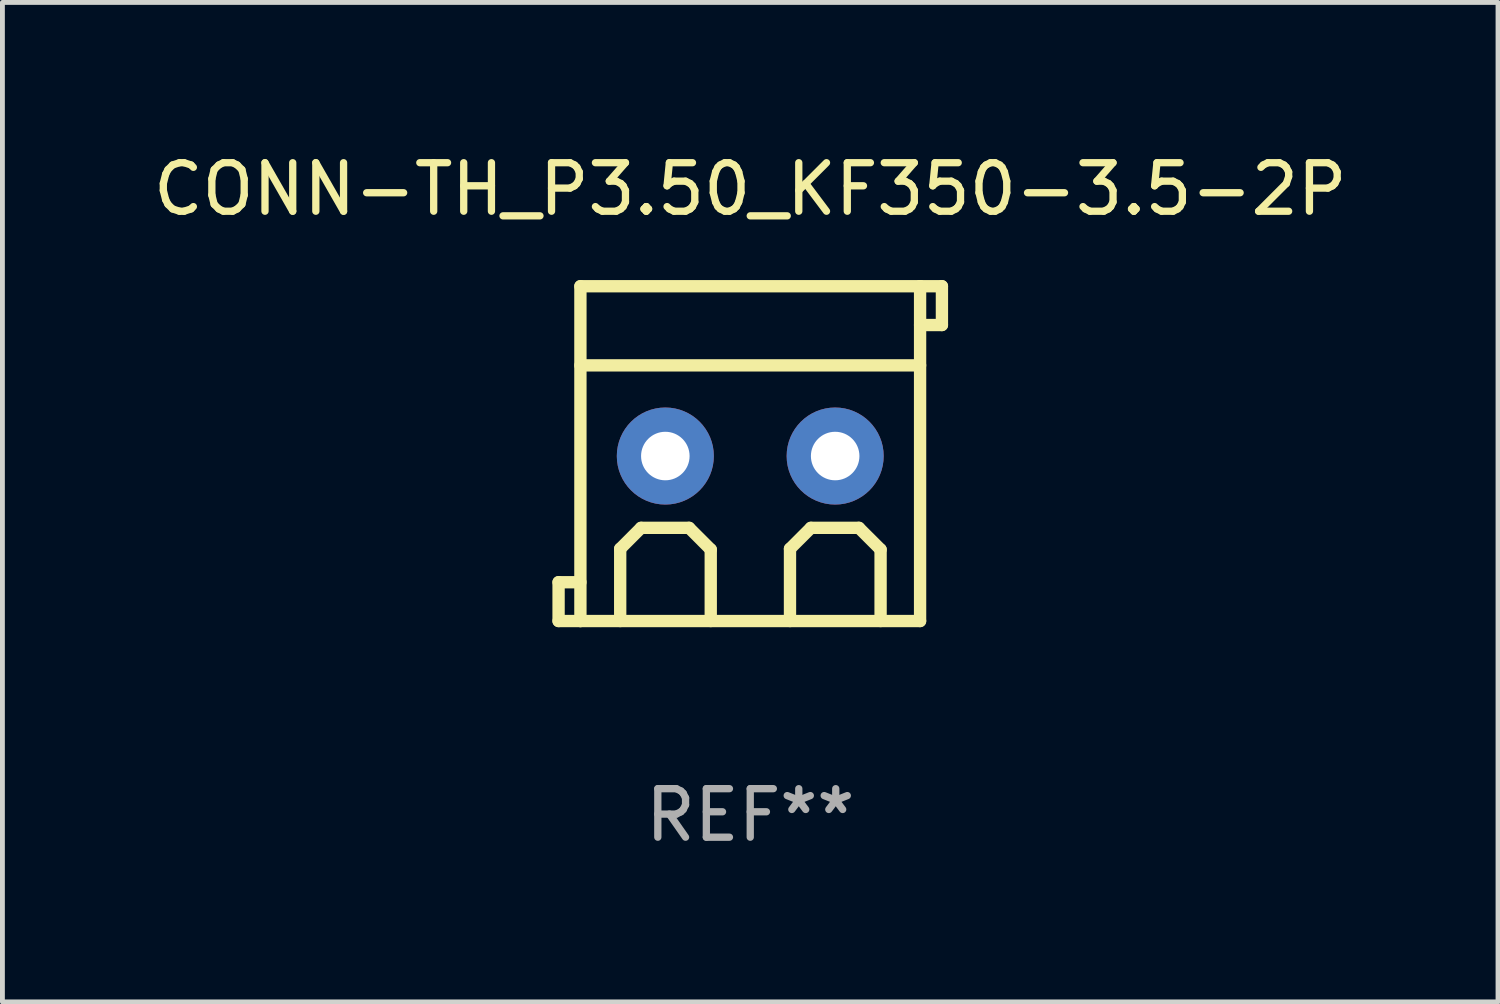
<source format=kicad_pcb>
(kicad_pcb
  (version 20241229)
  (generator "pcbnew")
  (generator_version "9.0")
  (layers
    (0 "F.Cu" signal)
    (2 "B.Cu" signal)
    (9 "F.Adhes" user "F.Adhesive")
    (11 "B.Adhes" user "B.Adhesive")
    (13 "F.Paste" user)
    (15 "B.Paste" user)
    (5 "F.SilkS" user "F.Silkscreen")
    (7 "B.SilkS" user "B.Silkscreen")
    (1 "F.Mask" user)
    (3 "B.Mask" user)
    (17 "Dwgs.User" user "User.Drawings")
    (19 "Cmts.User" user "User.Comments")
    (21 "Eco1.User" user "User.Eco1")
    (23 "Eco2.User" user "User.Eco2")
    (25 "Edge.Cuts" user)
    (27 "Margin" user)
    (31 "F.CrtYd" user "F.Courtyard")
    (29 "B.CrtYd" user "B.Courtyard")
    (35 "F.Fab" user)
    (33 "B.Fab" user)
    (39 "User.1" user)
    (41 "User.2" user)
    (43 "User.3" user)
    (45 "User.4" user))
  (footprint "CONN-TH_P3.50_KF350-3.5-2P"
    (layer "F.Cu")
    (at 12.411 6.298)
    (property "Reference" "CONN-TH_P3.50_KF350-3.5-2P" (at 0 -5.45 0) (layer "F.SilkS") (effects (font (size 1 1) (thickness 0.15))))
    (attr through_hole)
    (fp_line (start -3.95 2.65) (end -3.5 2.65) (stroke (width 0.254) (type solid)) (layer "F.SilkS"))
    (fp_line (start -3.95 3.45) (end -3.95 2.65) (stroke (width 0.254) (type solid)) (layer "F.SilkS"))
    (fp_line (start -3.5 -3.45) (end -3.5 3.45) (stroke (width 0.254) (type solid)) (layer "F.SilkS"))
    (fp_line (start -3.5 -3.45) (end 3.5 -3.45) (stroke (width 0.254) (type solid)) (layer "F.SilkS"))
    (fp_line (start -3.5 -1.819) (end 3.5 -1.819) (stroke (width 0.254) (type solid)) (layer "F.SilkS"))
    (fp_line (start -3.5 3.45) (end -3.95 3.45) (stroke (width 0.254) (type solid)) (layer "F.SilkS"))
    (fp_line (start -3.5 3.45) (end 3.5 3.45) (stroke (width 0.254) (type solid)) (layer "F.SilkS"))
    (fp_line (start -2.68 1.961) (end -2.25 1.53) (stroke (width 0.254) (type solid)) (layer "F.SilkS"))
    (fp_line (start -2.68 3.45) (end -2.68 1.961) (stroke (width 0.254) (type solid)) (layer "F.SilkS"))
    (fp_line (start -2.25 1.53) (end -1.26 1.53) (stroke (width 0.254) (type solid)) (layer "F.SilkS"))
    (fp_line (start -1.26 1.53) (end -0.814 1.976) (stroke (width 0.254) (type solid)) (layer "F.SilkS"))
    (fp_line (start -0.814 1.976) (end -0.814 3.45) (stroke (width 0.254) (type solid)) (layer "F.SilkS"))
    (fp_line (start 0.819 1.961) (end 1.25 1.53) (stroke (width 0.254) (type solid)) (layer "F.SilkS"))
    (fp_line (start 0.819 3.45) (end 0.819 1.961) (stroke (width 0.254) (type solid)) (layer "F.SilkS"))
    (fp_line (start 1.25 1.53) (end 2.24 1.53) (stroke (width 0.254) (type solid)) (layer "F.SilkS"))
    (fp_line (start 2.24 1.53) (end 2.686 1.976) (stroke (width 0.254) (type solid)) (layer "F.SilkS"))
    (fp_line (start 2.686 1.976) (end 2.686 3.45) (stroke (width 0.254) (type solid)) (layer "F.SilkS"))
    (fp_line (start 3.5 -3.45) (end 3.95 -3.45) (stroke (width 0.254) (type solid)) (layer "F.SilkS"))
    (fp_line (start 3.5 -3.45) (end 3.5 3.45) (stroke (width 0.254) (type solid)) (layer "F.SilkS"))
    (fp_line (start 3.95 -3.45) (end 3.95 -2.65) (stroke (width 0.254) (type solid)) (layer "F.SilkS"))
    (fp_line (start 3.95 -2.65) (end 3.5 -2.65) (stroke (width 0.254) (type solid)) (layer "F.SilkS"))
    (fp_circle (center -3.5 3.45) (end -3.47 3.45) (stroke (width 0.06) (type solid)) (fill no) (layer "F.SilkS"))
    (fp_text user "REF**" (at 0 7.45 0) (layer "F.Fab") (effects (font (size 1 1) (thickness 0.15))))
    (pad "1" thru_hole circle (at -1.75 0.05) (size 2 2) (drill 1) (layers "*.Cu" "*.Mask"))
    (pad "2" thru_hole circle (at 1.75 0.05) (size 2 2) (drill 1) (layers "*.Cu" "*.Mask")))
  (gr_rect
    (start -3 -3)
    (end 27.821 17.597)
    (stroke (width 0.1) (type default))
    (fill no)
    (layer "Edge.Cuts")))
</source>
